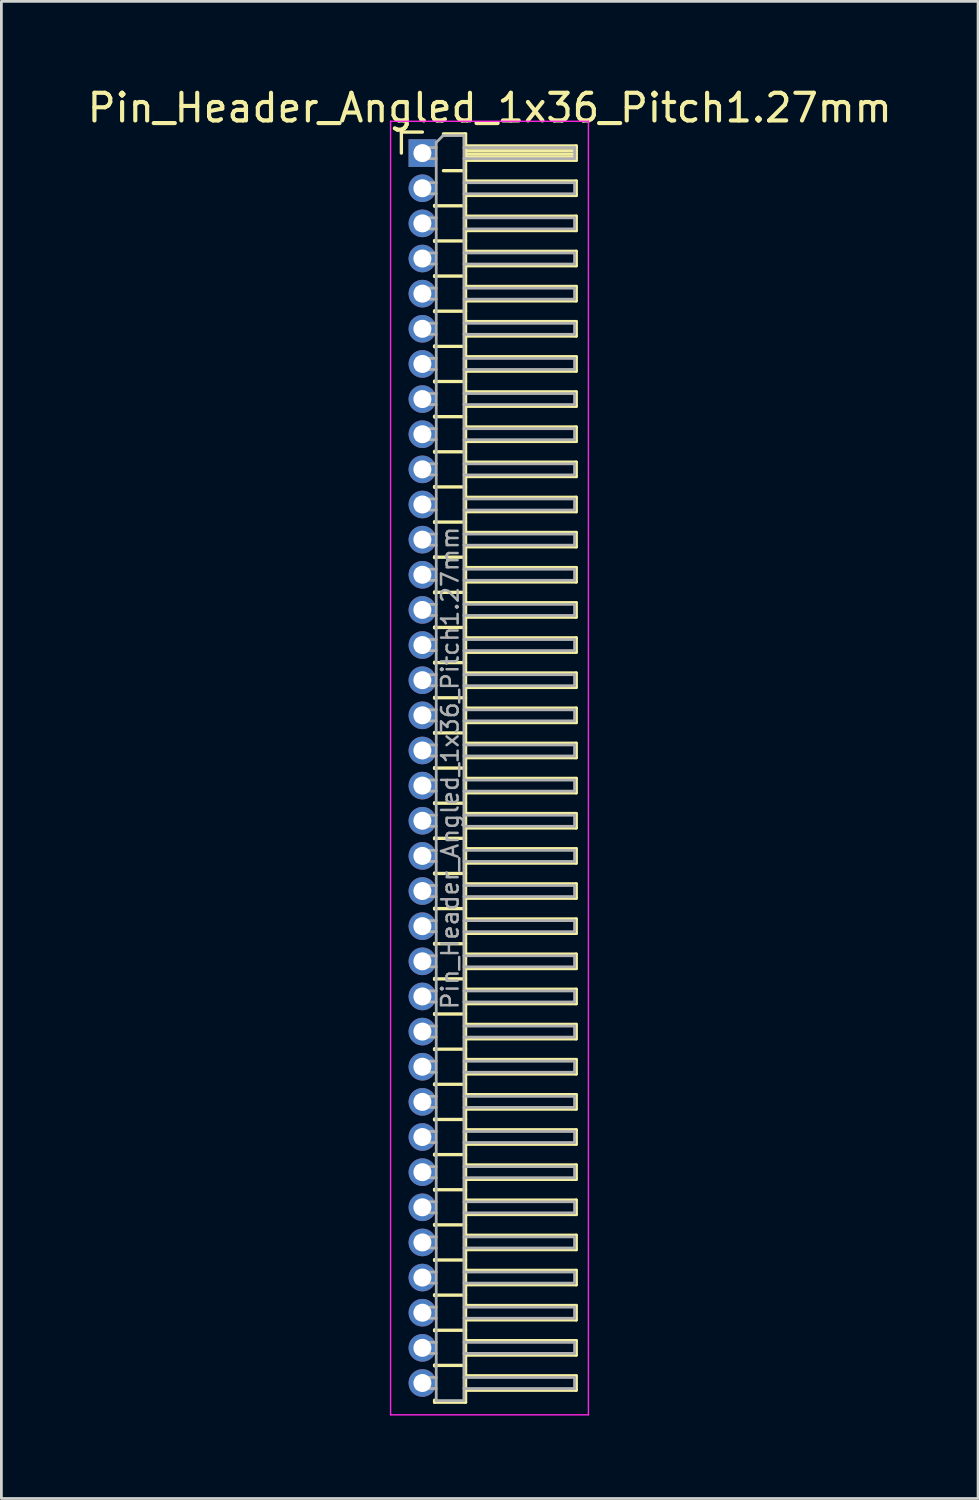
<source format=kicad_pcb>
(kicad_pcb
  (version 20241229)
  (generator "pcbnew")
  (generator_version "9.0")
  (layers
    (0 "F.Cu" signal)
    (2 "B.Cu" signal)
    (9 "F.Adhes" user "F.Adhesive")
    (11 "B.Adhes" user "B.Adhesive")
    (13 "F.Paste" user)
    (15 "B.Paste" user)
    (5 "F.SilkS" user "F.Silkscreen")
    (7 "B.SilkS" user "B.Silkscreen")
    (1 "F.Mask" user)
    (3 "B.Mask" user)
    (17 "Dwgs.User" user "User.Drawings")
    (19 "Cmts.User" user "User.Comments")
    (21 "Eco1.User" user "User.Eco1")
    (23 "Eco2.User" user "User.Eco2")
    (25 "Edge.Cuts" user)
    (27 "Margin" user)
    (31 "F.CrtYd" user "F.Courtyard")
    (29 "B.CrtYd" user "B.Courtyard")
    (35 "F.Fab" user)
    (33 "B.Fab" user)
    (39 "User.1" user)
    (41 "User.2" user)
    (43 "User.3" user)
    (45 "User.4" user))
  (footprint "Pin_Header_Angled_1x36_Pitch1.27mm"
    (layer "F.Cu")
    (at 12.216 2.483)
    (property "Reference" "Pin_Header_Angled_1x36_Pitch1.27mm" (at 2.433 -1.635 0) (layer "F.SilkS") (effects (font (size 1 1) (thickness 0.15))))
    (attr through_hole)
    (fp_line (start -0.76 -0.76) (end 0 -0.76) (stroke (width 0.12) (type solid)) (layer "F.SilkS"))
    (fp_line (start -0.76 0) (end -0.76 -0.76) (stroke (width 0.12) (type solid)) (layer "F.SilkS"))
    (fp_line (start 0.44 1.89) (end 0.44 1.92) (stroke (width 0.12) (type solid)) (layer "F.SilkS"))
    (fp_line (start 0.44 1.905) (end 1.56 1.905) (stroke (width 0.12) (type solid)) (layer "F.SilkS"))
    (fp_line (start 0.44 3.16) (end 0.44 3.19) (stroke (width 0.12) (type solid)) (layer "F.SilkS"))
    (fp_line (start 0.44 3.175) (end 1.56 3.175) (stroke (width 0.12) (type solid)) (layer "F.SilkS"))
    (fp_line (start 0.44 4.43) (end 0.44 4.46) (stroke (width 0.12) (type solid)) (layer "F.SilkS"))
    (fp_line (start 0.44 4.445) (end 1.56 4.445) (stroke (width 0.12) (type solid)) (layer "F.SilkS"))
    (fp_line (start 0.44 5.7) (end 0.44 5.73) (stroke (width 0.12) (type solid)) (layer "F.SilkS"))
    (fp_line (start 0.44 5.715) (end 1.56 5.715) (stroke (width 0.12) (type solid)) (layer "F.SilkS"))
    (fp_line (start 0.44 6.97) (end 0.44 7) (stroke (width 0.12) (type solid)) (layer "F.SilkS"))
    (fp_line (start 0.44 6.985) (end 1.56 6.985) (stroke (width 0.12) (type solid)) (layer "F.SilkS"))
    (fp_line (start 0.44 8.24) (end 0.44 8.27) (stroke (width 0.12) (type solid)) (layer "F.SilkS"))
    (fp_line (start 0.44 8.255) (end 1.56 8.255) (stroke (width 0.12) (type solid)) (layer "F.SilkS"))
    (fp_line (start 0.44 9.51) (end 0.44 9.54) (stroke (width 0.12) (type solid)) (layer "F.SilkS"))
    (fp_line (start 0.44 9.525) (end 1.56 9.525) (stroke (width 0.12) (type solid)) (layer "F.SilkS"))
    (fp_line (start 0.44 10.78) (end 0.44 10.81) (stroke (width 0.12) (type solid)) (layer "F.SilkS"))
    (fp_line (start 0.44 10.795) (end 1.56 10.795) (stroke (width 0.12) (type solid)) (layer "F.SilkS"))
    (fp_line (start 0.44 12.05) (end 0.44 12.08) (stroke (width 0.12) (type solid)) (layer "F.SilkS"))
    (fp_line (start 0.44 12.065) (end 1.56 12.065) (stroke (width 0.12) (type solid)) (layer "F.SilkS"))
    (fp_line (start 0.44 13.32) (end 0.44 13.35) (stroke (width 0.12) (type solid)) (layer "F.SilkS"))
    (fp_line (start 0.44 13.335) (end 1.56 13.335) (stroke (width 0.12) (type solid)) (layer "F.SilkS"))
    (fp_line (start 0.44 14.59) (end 0.44 14.62) (stroke (width 0.12) (type solid)) (layer "F.SilkS"))
    (fp_line (start 0.44 14.605) (end 1.56 14.605) (stroke (width 0.12) (type solid)) (layer "F.SilkS"))
    (fp_line (start 0.44 15.86) (end 0.44 15.89) (stroke (width 0.12) (type solid)) (layer "F.SilkS"))
    (fp_line (start 0.44 15.875) (end 1.56 15.875) (stroke (width 0.12) (type solid)) (layer "F.SilkS"))
    (fp_line (start 0.44 17.13) (end 0.44 17.16) (stroke (width 0.12) (type solid)) (layer "F.SilkS"))
    (fp_line (start 0.44 17.145) (end 1.56 17.145) (stroke (width 0.12) (type solid)) (layer "F.SilkS"))
    (fp_line (start 0.44 18.4) (end 0.44 18.43) (stroke (width 0.12) (type solid)) (layer "F.SilkS"))
    (fp_line (start 0.44 18.415) (end 1.56 18.415) (stroke (width 0.12) (type solid)) (layer "F.SilkS"))
    (fp_line (start 0.44 19.67) (end 0.44 19.7) (stroke (width 0.12) (type solid)) (layer "F.SilkS"))
    (fp_line (start 0.44 19.685) (end 1.56 19.685) (stroke (width 0.12) (type solid)) (layer "F.SilkS"))
    (fp_line (start 0.44 20.94) (end 0.44 20.97) (stroke (width 0.12) (type solid)) (layer "F.SilkS"))
    (fp_line (start 0.44 20.955) (end 1.56 20.955) (stroke (width 0.12) (type solid)) (layer "F.SilkS"))
    (fp_line (start 0.44 22.21) (end 0.44 22.24) (stroke (width 0.12) (type solid)) (layer "F.SilkS"))
    (fp_line (start 0.44 22.225) (end 1.56 22.225) (stroke (width 0.12) (type solid)) (layer "F.SilkS"))
    (fp_line (start 0.44 23.48) (end 0.44 23.51) (stroke (width 0.12) (type solid)) (layer "F.SilkS"))
    (fp_line (start 0.44 23.495) (end 1.56 23.495) (stroke (width 0.12) (type solid)) (layer "F.SilkS"))
    (fp_line (start 0.44 24.75) (end 0.44 24.78) (stroke (width 0.12) (type solid)) (layer "F.SilkS"))
    (fp_line (start 0.44 24.765) (end 1.56 24.765) (stroke (width 0.12) (type solid)) (layer "F.SilkS"))
    (fp_line (start 0.44 26.02) (end 0.44 26.05) (stroke (width 0.12) (type solid)) (layer "F.SilkS"))
    (fp_line (start 0.44 26.035) (end 1.56 26.035) (stroke (width 0.12) (type solid)) (layer "F.SilkS"))
    (fp_line (start 0.44 27.29) (end 0.44 27.32) (stroke (width 0.12) (type solid)) (layer "F.SilkS"))
    (fp_line (start 0.44 27.305) (end 1.56 27.305) (stroke (width 0.12) (type solid)) (layer "F.SilkS"))
    (fp_line (start 0.44 28.56) (end 0.44 28.59) (stroke (width 0.12) (type solid)) (layer "F.SilkS"))
    (fp_line (start 0.44 28.575) (end 1.56 28.575) (stroke (width 0.12) (type solid)) (layer "F.SilkS"))
    (fp_line (start 0.44 29.83) (end 0.44 29.86) (stroke (width 0.12) (type solid)) (layer "F.SilkS"))
    (fp_line (start 0.44 29.845) (end 1.56 29.845) (stroke (width 0.12) (type solid)) (layer "F.SilkS"))
    (fp_line (start 0.44 31.1) (end 0.44 31.13) (stroke (width 0.12) (type solid)) (layer "F.SilkS"))
    (fp_line (start 0.44 31.115) (end 1.56 31.115) (stroke (width 0.12) (type solid)) (layer "F.SilkS"))
    (fp_line (start 0.44 32.37) (end 0.44 32.4) (stroke (width 0.12) (type solid)) (layer "F.SilkS"))
    (fp_line (start 0.44 32.385) (end 1.56 32.385) (stroke (width 0.12) (type solid)) (layer "F.SilkS"))
    (fp_line (start 0.44 33.64) (end 0.44 33.67) (stroke (width 0.12) (type solid)) (layer "F.SilkS"))
    (fp_line (start 0.44 33.655) (end 1.56 33.655) (stroke (width 0.12) (type solid)) (layer "F.SilkS"))
    (fp_line (start 0.44 34.91) (end 0.44 34.94) (stroke (width 0.12) (type solid)) (layer "F.SilkS"))
    (fp_line (start 0.44 34.925) (end 1.56 34.925) (stroke (width 0.12) (type solid)) (layer "F.SilkS"))
    (fp_line (start 0.44 36.18) (end 0.44 36.21) (stroke (width 0.12) (type solid)) (layer "F.SilkS"))
    (fp_line (start 0.44 36.195) (end 1.56 36.195) (stroke (width 0.12) (type solid)) (layer "F.SilkS"))
    (fp_line (start 0.44 37.45) (end 0.44 37.48) (stroke (width 0.12) (type solid)) (layer "F.SilkS"))
    (fp_line (start 0.44 37.465) (end 1.56 37.465) (stroke (width 0.12) (type solid)) (layer "F.SilkS"))
    (fp_line (start 0.44 38.72) (end 0.44 38.75) (stroke (width 0.12) (type solid)) (layer "F.SilkS"))
    (fp_line (start 0.44 38.735) (end 1.56 38.735) (stroke (width 0.12) (type solid)) (layer "F.SilkS"))
    (fp_line (start 0.44 39.99) (end 0.44 40.02) (stroke (width 0.12) (type solid)) (layer "F.SilkS"))
    (fp_line (start 0.44 40.005) (end 1.56 40.005) (stroke (width 0.12) (type solid)) (layer "F.SilkS"))
    (fp_line (start 0.44 41.26) (end 0.44 41.29) (stroke (width 0.12) (type solid)) (layer "F.SilkS"))
    (fp_line (start 0.44 41.275) (end 1.56 41.275) (stroke (width 0.12) (type solid)) (layer "F.SilkS"))
    (fp_line (start 0.44 42.53) (end 0.44 42.56) (stroke (width 0.12) (type solid)) (layer "F.SilkS"))
    (fp_line (start 0.44 42.545) (end 1.56 42.545) (stroke (width 0.12) (type solid)) (layer "F.SilkS"))
    (fp_line (start 0.44 43.8) (end 0.44 43.83) (stroke (width 0.12) (type solid)) (layer "F.SilkS"))
    (fp_line (start 0.44 43.815) (end 1.56 43.815) (stroke (width 0.12) (type solid)) (layer "F.SilkS"))
    (fp_line (start 0.44 45.145) (end 0.44 45.07) (stroke (width 0.12) (type solid)) (layer "F.SilkS"))
    (fp_line (start 0.76 -0.695) (end 1.56 -0.695) (stroke (width 0.12) (type solid)) (layer "F.SilkS"))
    (fp_line (start 0.76 0.635) (end 1.56 0.635) (stroke (width 0.12) (type solid)) (layer "F.SilkS"))
    (fp_line (start 1.56 -0.695) (end 1.56 45.145) (stroke (width 0.12) (type solid)) (layer "F.SilkS"))
    (fp_line (start 1.56 -0.26) (end 5.56 -0.26) (stroke (width 0.12) (type solid)) (layer "F.SilkS"))
    (fp_line (start 1.56 -0.2) (end 5.56 -0.2) (stroke (width 0.12) (type solid)) (layer "F.SilkS"))
    (fp_line (start 1.56 -0.08) (end 5.56 -0.08) (stroke (width 0.12) (type solid)) (layer "F.SilkS"))
    (fp_line (start 1.56 0.04) (end 5.56 0.04) (stroke (width 0.12) (type solid)) (layer "F.SilkS"))
    (fp_line (start 1.56 0.16) (end 5.56 0.16) (stroke (width 0.12) (type solid)) (layer "F.SilkS"))
    (fp_line (start 1.56 1.01) (end 5.56 1.01) (stroke (width 0.12) (type solid)) (layer "F.SilkS"))
    (fp_line (start 1.56 2.28) (end 5.56 2.28) (stroke (width 0.12) (type solid)) (layer "F.SilkS"))
    (fp_line (start 1.56 3.55) (end 5.56 3.55) (stroke (width 0.12) (type solid)) (layer "F.SilkS"))
    (fp_line (start 1.56 4.82) (end 5.56 4.82) (stroke (width 0.12) (type solid)) (layer "F.SilkS"))
    (fp_line (start 1.56 6.09) (end 5.56 6.09) (stroke (width 0.12) (type solid)) (layer "F.SilkS"))
    (fp_line (start 1.56 7.36) (end 5.56 7.36) (stroke (width 0.12) (type solid)) (layer "F.SilkS"))
    (fp_line (start 1.56 8.63) (end 5.56 8.63) (stroke (width 0.12) (type solid)) (layer "F.SilkS"))
    (fp_line (start 1.56 9.9) (end 5.56 9.9) (stroke (width 0.12) (type solid)) (layer "F.SilkS"))
    (fp_line (start 1.56 11.17) (end 5.56 11.17) (stroke (width 0.12) (type solid)) (layer "F.SilkS"))
    (fp_line (start 1.56 12.44) (end 5.56 12.44) (stroke (width 0.12) (type solid)) (layer "F.SilkS"))
    (fp_line (start 1.56 13.71) (end 5.56 13.71) (stroke (width 0.12) (type solid)) (layer "F.SilkS"))
    (fp_line (start 1.56 14.98) (end 5.56 14.98) (stroke (width 0.12) (type solid)) (layer "F.SilkS"))
    (fp_line (start 1.56 16.25) (end 5.56 16.25) (stroke (width 0.12) (type solid)) (layer "F.SilkS"))
    (fp_line (start 1.56 17.52) (end 5.56 17.52) (stroke (width 0.12) (type solid)) (layer "F.SilkS"))
    (fp_line (start 1.56 18.79) (end 5.56 18.79) (stroke (width 0.12) (type solid)) (layer "F.SilkS"))
    (fp_line (start 1.56 20.06) (end 5.56 20.06) (stroke (width 0.12) (type solid)) (layer "F.SilkS"))
    (fp_line (start 1.56 21.33) (end 5.56 21.33) (stroke (width 0.12) (type solid)) (layer "F.SilkS"))
    (fp_line (start 1.56 22.6) (end 5.56 22.6) (stroke (width 0.12) (type solid)) (layer "F.SilkS"))
    (fp_line (start 1.56 23.87) (end 5.56 23.87) (stroke (width 0.12) (type solid)) (layer "F.SilkS"))
    (fp_line (start 1.56 25.14) (end 5.56 25.14) (stroke (width 0.12) (type solid)) (layer "F.SilkS"))
    (fp_line (start 1.56 26.41) (end 5.56 26.41) (stroke (width 0.12) (type solid)) (layer "F.SilkS"))
    (fp_line (start 1.56 27.68) (end 5.56 27.68) (stroke (width 0.12) (type solid)) (layer "F.SilkS"))
    (fp_line (start 1.56 28.95) (end 5.56 28.95) (stroke (width 0.12) (type solid)) (layer "F.SilkS"))
    (fp_line (start 1.56 30.22) (end 5.56 30.22) (stroke (width 0.12) (type solid)) (layer "F.SilkS"))
    (fp_line (start 1.56 31.49) (end 5.56 31.49) (stroke (width 0.12) (type solid)) (layer "F.SilkS"))
    (fp_line (start 1.56 32.76) (end 5.56 32.76) (stroke (width 0.12) (type solid)) (layer "F.SilkS"))
    (fp_line (start 1.56 34.03) (end 5.56 34.03) (stroke (width 0.12) (type solid)) (layer "F.SilkS"))
    (fp_line (start 1.56 35.3) (end 5.56 35.3) (stroke (width 0.12) (type solid)) (layer "F.SilkS"))
    (fp_line (start 1.56 36.57) (end 5.56 36.57) (stroke (width 0.12) (type solid)) (layer "F.SilkS"))
    (fp_line (start 1.56 37.84) (end 5.56 37.84) (stroke (width 0.12) (type solid)) (layer "F.SilkS"))
    (fp_line (start 1.56 39.11) (end 5.56 39.11) (stroke (width 0.12) (type solid)) (layer "F.SilkS"))
    (fp_line (start 1.56 40.38) (end 5.56 40.38) (stroke (width 0.12) (type solid)) (layer "F.SilkS"))
    (fp_line (start 1.56 41.65) (end 5.56 41.65) (stroke (width 0.12) (type solid)) (layer "F.SilkS"))
    (fp_line (start 1.56 42.92) (end 5.56 42.92) (stroke (width 0.12) (type solid)) (layer "F.SilkS"))
    (fp_line (start 1.56 44.19) (end 5.56 44.19) (stroke (width 0.12) (type solid)) (layer "F.SilkS"))
    (fp_line (start 1.56 45.145) (end 0.44 45.145) (stroke (width 0.12) (type solid)) (layer "F.SilkS"))
    (fp_line (start 5.56 -0.26) (end 5.56 0.26) (stroke (width 0.12) (type solid)) (layer "F.SilkS"))
    (fp_line (start 5.56 0.26) (end 1.56 0.26) (stroke (width 0.12) (type solid)) (layer "F.SilkS"))
    (fp_line (start 5.56 1.01) (end 5.56 1.53) (stroke (width 0.12) (type solid)) (layer "F.SilkS"))
    (fp_line (start 5.56 1.53) (end 1.56 1.53) (stroke (width 0.12) (type solid)) (layer "F.SilkS"))
    (fp_line (start 5.56 2.28) (end 5.56 2.8) (stroke (width 0.12) (type solid)) (layer "F.SilkS"))
    (fp_line (start 5.56 2.8) (end 1.56 2.8) (stroke (width 0.12) (type solid)) (layer "F.SilkS"))
    (fp_line (start 5.56 3.55) (end 5.56 4.07) (stroke (width 0.12) (type solid)) (layer "F.SilkS"))
    (fp_line (start 5.56 4.07) (end 1.56 4.07) (stroke (width 0.12) (type solid)) (layer "F.SilkS"))
    (fp_line (start 5.56 4.82) (end 5.56 5.34) (stroke (width 0.12) (type solid)) (layer "F.SilkS"))
    (fp_line (start 5.56 5.34) (end 1.56 5.34) (stroke (width 0.12) (type solid)) (layer "F.SilkS"))
    (fp_line (start 5.56 6.09) (end 5.56 6.61) (stroke (width 0.12) (type solid)) (layer "F.SilkS"))
    (fp_line (start 5.56 6.61) (end 1.56 6.61) (stroke (width 0.12) (type solid)) (layer "F.SilkS"))
    (fp_line (start 5.56 7.36) (end 5.56 7.88) (stroke (width 0.12) (type solid)) (layer "F.SilkS"))
    (fp_line (start 5.56 7.88) (end 1.56 7.88) (stroke (width 0.12) (type solid)) (layer "F.SilkS"))
    (fp_line (start 5.56 8.63) (end 5.56 9.15) (stroke (width 0.12) (type solid)) (layer "F.SilkS"))
    (fp_line (start 5.56 9.15) (end 1.56 9.15) (stroke (width 0.12) (type solid)) (layer "F.SilkS"))
    (fp_line (start 5.56 9.9) (end 5.56 10.42) (stroke (width 0.12) (type solid)) (layer "F.SilkS"))
    (fp_line (start 5.56 10.42) (end 1.56 10.42) (stroke (width 0.12) (type solid)) (layer "F.SilkS"))
    (fp_line (start 5.56 11.17) (end 5.56 11.69) (stroke (width 0.12) (type solid)) (layer "F.SilkS"))
    (fp_line (start 5.56 11.69) (end 1.56 11.69) (stroke (width 0.12) (type solid)) (layer "F.SilkS"))
    (fp_line (start 5.56 12.44) (end 5.56 12.96) (stroke (width 0.12) (type solid)) (layer "F.SilkS"))
    (fp_line (start 5.56 12.96) (end 1.56 12.96) (stroke (width 0.12) (type solid)) (layer "F.SilkS"))
    (fp_line (start 5.56 13.71) (end 5.56 14.23) (stroke (width 0.12) (type solid)) (layer "F.SilkS"))
    (fp_line (start 5.56 14.23) (end 1.56 14.23) (stroke (width 0.12) (type solid)) (layer "F.SilkS"))
    (fp_line (start 5.56 14.98) (end 5.56 15.5) (stroke (width 0.12) (type solid)) (layer "F.SilkS"))
    (fp_line (start 5.56 15.5) (end 1.56 15.5) (stroke (width 0.12) (type solid)) (layer "F.SilkS"))
    (fp_line (start 5.56 16.25) (end 5.56 16.77) (stroke (width 0.12) (type solid)) (layer "F.SilkS"))
    (fp_line (start 5.56 16.77) (end 1.56 16.77) (stroke (width 0.12) (type solid)) (layer "F.SilkS"))
    (fp_line (start 5.56 17.52) (end 5.56 18.04) (stroke (width 0.12) (type solid)) (layer "F.SilkS"))
    (fp_line (start 5.56 18.04) (end 1.56 18.04) (stroke (width 0.12) (type solid)) (layer "F.SilkS"))
    (fp_line (start 5.56 18.79) (end 5.56 19.31) (stroke (width 0.12) (type solid)) (layer "F.SilkS"))
    (fp_line (start 5.56 19.31) (end 1.56 19.31) (stroke (width 0.12) (type solid)) (layer "F.SilkS"))
    (fp_line (start 5.56 20.06) (end 5.56 20.58) (stroke (width 0.12) (type solid)) (layer "F.SilkS"))
    (fp_line (start 5.56 20.58) (end 1.56 20.58) (stroke (width 0.12) (type solid)) (layer "F.SilkS"))
    (fp_line (start 5.56 21.33) (end 5.56 21.85) (stroke (width 0.12) (type solid)) (layer "F.SilkS"))
    (fp_line (start 5.56 21.85) (end 1.56 21.85) (stroke (width 0.12) (type solid)) (layer "F.SilkS"))
    (fp_line (start 5.56 22.6) (end 5.56 23.12) (stroke (width 0.12) (type solid)) (layer "F.SilkS"))
    (fp_line (start 5.56 23.12) (end 1.56 23.12) (stroke (width 0.12) (type solid)) (layer "F.SilkS"))
    (fp_line (start 5.56 23.87) (end 5.56 24.39) (stroke (width 0.12) (type solid)) (layer "F.SilkS"))
    (fp_line (start 5.56 24.39) (end 1.56 24.39) (stroke (width 0.12) (type solid)) (layer "F.SilkS"))
    (fp_line (start 5.56 25.14) (end 5.56 25.66) (stroke (width 0.12) (type solid)) (layer "F.SilkS"))
    (fp_line (start 5.56 25.66) (end 1.56 25.66) (stroke (width 0.12) (type solid)) (layer "F.SilkS"))
    (fp_line (start 5.56 26.41) (end 5.56 26.93) (stroke (width 0.12) (type solid)) (layer "F.SilkS"))
    (fp_line (start 5.56 26.93) (end 1.56 26.93) (stroke (width 0.12) (type solid)) (layer "F.SilkS"))
    (fp_line (start 5.56 27.68) (end 5.56 28.2) (stroke (width 0.12) (type solid)) (layer "F.SilkS"))
    (fp_line (start 5.56 28.2) (end 1.56 28.2) (stroke (width 0.12) (type solid)) (layer "F.SilkS"))
    (fp_line (start 5.56 28.95) (end 5.56 29.47) (stroke (width 0.12) (type solid)) (layer "F.SilkS"))
    (fp_line (start 5.56 29.47) (end 1.56 29.47) (stroke (width 0.12) (type solid)) (layer "F.SilkS"))
    (fp_line (start 5.56 30.22) (end 5.56 30.74) (stroke (width 0.12) (type solid)) (layer "F.SilkS"))
    (fp_line (start 5.56 30.74) (end 1.56 30.74) (stroke (width 0.12) (type solid)) (layer "F.SilkS"))
    (fp_line (start 5.56 31.49) (end 5.56 32.01) (stroke (width 0.12) (type solid)) (layer "F.SilkS"))
    (fp_line (start 5.56 32.01) (end 1.56 32.01) (stroke (width 0.12) (type solid)) (layer "F.SilkS"))
    (fp_line (start 5.56 32.76) (end 5.56 33.28) (stroke (width 0.12) (type solid)) (layer "F.SilkS"))
    (fp_line (start 5.56 33.28) (end 1.56 33.28) (stroke (width 0.12) (type solid)) (layer "F.SilkS"))
    (fp_line (start 5.56 34.03) (end 5.56 34.55) (stroke (width 0.12) (type solid)) (layer "F.SilkS"))
    (fp_line (start 5.56 34.55) (end 1.56 34.55) (stroke (width 0.12) (type solid)) (layer "F.SilkS"))
    (fp_line (start 5.56 35.3) (end 5.56 35.82) (stroke (width 0.12) (type solid)) (layer "F.SilkS"))
    (fp_line (start 5.56 35.82) (end 1.56 35.82) (stroke (width 0.12) (type solid)) (layer "F.SilkS"))
    (fp_line (start 5.56 36.57) (end 5.56 37.09) (stroke (width 0.12) (type solid)) (layer "F.SilkS"))
    (fp_line (start 5.56 37.09) (end 1.56 37.09) (stroke (width 0.12) (type solid)) (layer "F.SilkS"))
    (fp_line (start 5.56 37.84) (end 5.56 38.36) (stroke (width 0.12) (type solid)) (layer "F.SilkS"))
    (fp_line (start 5.56 38.36) (end 1.56 38.36) (stroke (width 0.12) (type solid)) (layer "F.SilkS"))
    (fp_line (start 5.56 39.11) (end 5.56 39.63) (stroke (width 0.12) (type solid)) (layer "F.SilkS"))
    (fp_line (start 5.56 39.63) (end 1.56 39.63) (stroke (width 0.12) (type solid)) (layer "F.SilkS"))
    (fp_line (start 5.56 40.38) (end 5.56 40.9) (stroke (width 0.12) (type solid)) (layer "F.SilkS"))
    (fp_line (start 5.56 40.9) (end 1.56 40.9) (stroke (width 0.12) (type solid)) (layer "F.SilkS"))
    (fp_line (start 5.56 41.65) (end 5.56 42.17) (stroke (width 0.12) (type solid)) (layer "F.SilkS"))
    (fp_line (start 5.56 42.17) (end 1.56 42.17) (stroke (width 0.12) (type solid)) (layer "F.SilkS"))
    (fp_line (start 5.56 42.92) (end 5.56 43.44) (stroke (width 0.12) (type solid)) (layer "F.SilkS"))
    (fp_line (start 5.56 43.44) (end 1.56 43.44) (stroke (width 0.12) (type solid)) (layer "F.SilkS"))
    (fp_line (start 5.56 44.19) (end 5.56 44.71) (stroke (width 0.12) (type solid)) (layer "F.SilkS"))
    (fp_line (start 5.56 44.71) (end 1.56 44.71) (stroke (width 0.12) (type solid)) (layer "F.SilkS"))
    (fp_line (start -1.15 -1.15) (end -1.15 45.6) (stroke (width 0.05) (type solid)) (layer "F.CrtYd"))
    (fp_line (start -1.15 45.6) (end 6 45.6) (stroke (width 0.05) (type solid)) (layer "F.CrtYd"))
    (fp_line (start 6 -1.15) (end -1.15 -1.15) (stroke (width 0.05) (type solid)) (layer "F.CrtYd"))
    (fp_line (start 6 45.6) (end 6 -1.15) (stroke (width 0.05) (type solid)) (layer "F.CrtYd"))
    (fp_line (start -0.2 -0.2) (end -0.2 0.2) (stroke (width 0.1) (type solid)) (layer "F.Fab"))
    (fp_line (start -0.2 -0.2) (end 0.5 -0.2) (stroke (width 0.1) (type solid)) (layer "F.Fab"))
    (fp_line (start -0.2 0.2) (end 0.5 0.2) (stroke (width 0.1) (type solid)) (layer "F.Fab"))
    (fp_line (start -0.2 1.07) (end -0.2 1.47) (stroke (width 0.1) (type solid)) (layer "F.Fab"))
    (fp_line (start -0.2 1.07) (end 0.5 1.07) (stroke (width 0.1) (type solid)) (layer "F.Fab"))
    (fp_line (start -0.2 1.47) (end 0.5 1.47) (stroke (width 0.1) (type solid)) (layer "F.Fab"))
    (fp_line (start -0.2 2.34) (end -0.2 2.74) (stroke (width 0.1) (type solid)) (layer "F.Fab"))
    (fp_line (start -0.2 2.34) (end 0.5 2.34) (stroke (width 0.1) (type solid)) (layer "F.Fab"))
    (fp_line (start -0.2 2.74) (end 0.5 2.74) (stroke (width 0.1) (type solid)) (layer "F.Fab"))
    (fp_line (start -0.2 3.61) (end -0.2 4.01) (stroke (width 0.1) (type solid)) (layer "F.Fab"))
    (fp_line (start -0.2 3.61) (end 0.5 3.61) (stroke (width 0.1) (type solid)) (layer "F.Fab"))
    (fp_line (start -0.2 4.01) (end 0.5 4.01) (stroke (width 0.1) (type solid)) (layer "F.Fab"))
    (fp_line (start -0.2 4.88) (end -0.2 5.28) (stroke (width 0.1) (type solid)) (layer "F.Fab"))
    (fp_line (start -0.2 4.88) (end 0.5 4.88) (stroke (width 0.1) (type solid)) (layer "F.Fab"))
    (fp_line (start -0.2 5.28) (end 0.5 5.28) (stroke (width 0.1) (type solid)) (layer "F.Fab"))
    (fp_line (start -0.2 6.15) (end -0.2 6.55) (stroke (width 0.1) (type solid)) (layer "F.Fab"))
    (fp_line (start -0.2 6.15) (end 0.5 6.15) (stroke (width 0.1) (type solid)) (layer "F.Fab"))
    (fp_line (start -0.2 6.55) (end 0.5 6.55) (stroke (width 0.1) (type solid)) (layer "F.Fab"))
    (fp_line (start -0.2 7.42) (end -0.2 7.82) (stroke (width 0.1) (type solid)) (layer "F.Fab"))
    (fp_line (start -0.2 7.42) (end 0.5 7.42) (stroke (width 0.1) (type solid)) (layer "F.Fab"))
    (fp_line (start -0.2 7.82) (end 0.5 7.82) (stroke (width 0.1) (type solid)) (layer "F.Fab"))
    (fp_line (start -0.2 8.69) (end -0.2 9.09) (stroke (width 0.1) (type solid)) (layer "F.Fab"))
    (fp_line (start -0.2 8.69) (end 0.5 8.69) (stroke (width 0.1) (type solid)) (layer "F.Fab"))
    (fp_line (start -0.2 9.09) (end 0.5 9.09) (stroke (width 0.1) (type solid)) (layer "F.Fab"))
    (fp_line (start -0.2 9.96) (end -0.2 10.36) (stroke (width 0.1) (type solid)) (layer "F.Fab"))
    (fp_line (start -0.2 9.96) (end 0.5 9.96) (stroke (width 0.1) (type solid)) (layer "F.Fab"))
    (fp_line (start -0.2 10.36) (end 0.5 10.36) (stroke (width 0.1) (type solid)) (layer "F.Fab"))
    (fp_line (start -0.2 11.23) (end -0.2 11.63) (stroke (width 0.1) (type solid)) (layer "F.Fab"))
    (fp_line (start -0.2 11.23) (end 0.5 11.23) (stroke (width 0.1) (type solid)) (layer "F.Fab"))
    (fp_line (start -0.2 11.63) (end 0.5 11.63) (stroke (width 0.1) (type solid)) (layer "F.Fab"))
    (fp_line (start -0.2 12.5) (end -0.2 12.9) (stroke (width 0.1) (type solid)) (layer "F.Fab"))
    (fp_line (start -0.2 12.5) (end 0.5 12.5) (stroke (width 0.1) (type solid)) (layer "F.Fab"))
    (fp_line (start -0.2 12.9) (end 0.5 12.9) (stroke (width 0.1) (type solid)) (layer "F.Fab"))
    (fp_line (start -0.2 13.77) (end -0.2 14.17) (stroke (width 0.1) (type solid)) (layer "F.Fab"))
    (fp_line (start -0.2 13.77) (end 0.5 13.77) (stroke (width 0.1) (type solid)) (layer "F.Fab"))
    (fp_line (start -0.2 14.17) (end 0.5 14.17) (stroke (width 0.1) (type solid)) (layer "F.Fab"))
    (fp_line (start -0.2 15.04) (end -0.2 15.44) (stroke (width 0.1) (type solid)) (layer "F.Fab"))
    (fp_line (start -0.2 15.04) (end 0.5 15.04) (stroke (width 0.1) (type solid)) (layer "F.Fab"))
    (fp_line (start -0.2 15.44) (end 0.5 15.44) (stroke (width 0.1) (type solid)) (layer "F.Fab"))
    (fp_line (start -0.2 16.31) (end -0.2 16.71) (stroke (width 0.1) (type solid)) (layer "F.Fab"))
    (fp_line (start -0.2 16.31) (end 0.5 16.31) (stroke (width 0.1) (type solid)) (layer "F.Fab"))
    (fp_line (start -0.2 16.71) (end 0.5 16.71) (stroke (width 0.1) (type solid)) (layer "F.Fab"))
    (fp_line (start -0.2 17.58) (end -0.2 17.98) (stroke (width 0.1) (type solid)) (layer "F.Fab"))
    (fp_line (start -0.2 17.58) (end 0.5 17.58) (stroke (width 0.1) (type solid)) (layer "F.Fab"))
    (fp_line (start -0.2 17.98) (end 0.5 17.98) (stroke (width 0.1) (type solid)) (layer "F.Fab"))
    (fp_line (start -0.2 18.85) (end -0.2 19.25) (stroke (width 0.1) (type solid)) (layer "F.Fab"))
    (fp_line (start -0.2 18.85) (end 0.5 18.85) (stroke (width 0.1) (type solid)) (layer "F.Fab"))
    (fp_line (start -0.2 19.25) (end 0.5 19.25) (stroke (width 0.1) (type solid)) (layer "F.Fab"))
    (fp_line (start -0.2 20.12) (end -0.2 20.52) (stroke (width 0.1) (type solid)) (layer "F.Fab"))
    (fp_line (start -0.2 20.12) (end 0.5 20.12) (stroke (width 0.1) (type solid)) (layer "F.Fab"))
    (fp_line (start -0.2 20.52) (end 0.5 20.52) (stroke (width 0.1) (type solid)) (layer "F.Fab"))
    (fp_line (start -0.2 21.39) (end -0.2 21.79) (stroke (width 0.1) (type solid)) (layer "F.Fab"))
    (fp_line (start -0.2 21.39) (end 0.5 21.39) (stroke (width 0.1) (type solid)) (layer "F.Fab"))
    (fp_line (start -0.2 21.79) (end 0.5 21.79) (stroke (width 0.1) (type solid)) (layer "F.Fab"))
    (fp_line (start -0.2 22.66) (end -0.2 23.06) (stroke (width 0.1) (type solid)) (layer "F.Fab"))
    (fp_line (start -0.2 22.66) (end 0.5 22.66) (stroke (width 0.1) (type solid)) (layer "F.Fab"))
    (fp_line (start -0.2 23.06) (end 0.5 23.06) (stroke (width 0.1) (type solid)) (layer "F.Fab"))
    (fp_line (start -0.2 23.93) (end -0.2 24.33) (stroke (width 0.1) (type solid)) (layer "F.Fab"))
    (fp_line (start -0.2 23.93) (end 0.5 23.93) (stroke (width 0.1) (type solid)) (layer "F.Fab"))
    (fp_line (start -0.2 24.33) (end 0.5 24.33) (stroke (width 0.1) (type solid)) (layer "F.Fab"))
    (fp_line (start -0.2 25.2) (end -0.2 25.6) (stroke (width 0.1) (type solid)) (layer "F.Fab"))
    (fp_line (start -0.2 25.2) (end 0.5 25.2) (stroke (width 0.1) (type solid)) (layer "F.Fab"))
    (fp_line (start -0.2 25.6) (end 0.5 25.6) (stroke (width 0.1) (type solid)) (layer "F.Fab"))
    (fp_line (start -0.2 26.47) (end -0.2 26.87) (stroke (width 0.1) (type solid)) (layer "F.Fab"))
    (fp_line (start -0.2 26.47) (end 0.5 26.47) (stroke (width 0.1) (type solid)) (layer "F.Fab"))
    (fp_line (start -0.2 26.87) (end 0.5 26.87) (stroke (width 0.1) (type solid)) (layer "F.Fab"))
    (fp_line (start -0.2 27.74) (end -0.2 28.14) (stroke (width 0.1) (type solid)) (layer "F.Fab"))
    (fp_line (start -0.2 27.74) (end 0.5 27.74) (stroke (width 0.1) (type solid)) (layer "F.Fab"))
    (fp_line (start -0.2 28.14) (end 0.5 28.14) (stroke (width 0.1) (type solid)) (layer "F.Fab"))
    (fp_line (start -0.2 29.01) (end -0.2 29.41) (stroke (width 0.1) (type solid)) (layer "F.Fab"))
    (fp_line (start -0.2 29.01) (end 0.5 29.01) (stroke (width 0.1) (type solid)) (layer "F.Fab"))
    (fp_line (start -0.2 29.41) (end 0.5 29.41) (stroke (width 0.1) (type solid)) (layer "F.Fab"))
    (fp_line (start -0.2 30.28) (end -0.2 30.68) (stroke (width 0.1) (type solid)) (layer "F.Fab"))
    (fp_line (start -0.2 30.28) (end 0.5 30.28) (stroke (width 0.1) (type solid)) (layer "F.Fab"))
    (fp_line (start -0.2 30.68) (end 0.5 30.68) (stroke (width 0.1) (type solid)) (layer "F.Fab"))
    (fp_line (start -0.2 31.55) (end -0.2 31.95) (stroke (width 0.1) (type solid)) (layer "F.Fab"))
    (fp_line (start -0.2 31.55) (end 0.5 31.55) (stroke (width 0.1) (type solid)) (layer "F.Fab"))
    (fp_line (start -0.2 31.95) (end 0.5 31.95) (stroke (width 0.1) (type solid)) (layer "F.Fab"))
    (fp_line (start -0.2 32.82) (end -0.2 33.22) (stroke (width 0.1) (type solid)) (layer "F.Fab"))
    (fp_line (start -0.2 32.82) (end 0.5 32.82) (stroke (width 0.1) (type solid)) (layer "F.Fab"))
    (fp_line (start -0.2 33.22) (end 0.5 33.22) (stroke (width 0.1) (type solid)) (layer "F.Fab"))
    (fp_line (start -0.2 34.09) (end -0.2 34.49) (stroke (width 0.1) (type solid)) (layer "F.Fab"))
    (fp_line (start -0.2 34.09) (end 0.5 34.09) (stroke (width 0.1) (type solid)) (layer "F.Fab"))
    (fp_line (start -0.2 34.49) (end 0.5 34.49) (stroke (width 0.1) (type solid)) (layer "F.Fab"))
    (fp_line (start -0.2 35.36) (end -0.2 35.76) (stroke (width 0.1) (type solid)) (layer "F.Fab"))
    (fp_line (start -0.2 35.36) (end 0.5 35.36) (stroke (width 0.1) (type solid)) (layer "F.Fab"))
    (fp_line (start -0.2 35.76) (end 0.5 35.76) (stroke (width 0.1) (type solid)) (layer "F.Fab"))
    (fp_line (start -0.2 36.63) (end -0.2 37.03) (stroke (width 0.1) (type solid)) (layer "F.Fab"))
    (fp_line (start -0.2 36.63) (end 0.5 36.63) (stroke (width 0.1) (type solid)) (layer "F.Fab"))
    (fp_line (start -0.2 37.03) (end 0.5 37.03) (stroke (width 0.1) (type solid)) (layer "F.Fab"))
    (fp_line (start -0.2 37.9) (end -0.2 38.3) (stroke (width 0.1) (type solid)) (layer "F.Fab"))
    (fp_line (start -0.2 37.9) (end 0.5 37.9) (stroke (width 0.1) (type solid)) (layer "F.Fab"))
    (fp_line (start -0.2 38.3) (end 0.5 38.3) (stroke (width 0.1) (type solid)) (layer "F.Fab"))
    (fp_line (start -0.2 39.17) (end -0.2 39.57) (stroke (width 0.1) (type solid)) (layer "F.Fab"))
    (fp_line (start -0.2 39.17) (end 0.5 39.17) (stroke (width 0.1) (type solid)) (layer "F.Fab"))
    (fp_line (start -0.2 39.57) (end 0.5 39.57) (stroke (width 0.1) (type solid)) (layer "F.Fab"))
    (fp_line (start -0.2 40.44) (end -0.2 40.84) (stroke (width 0.1) (type solid)) (layer "F.Fab"))
    (fp_line (start -0.2 40.44) (end 0.5 40.44) (stroke (width 0.1) (type solid)) (layer "F.Fab"))
    (fp_line (start -0.2 40.84) (end 0.5 40.84) (stroke (width 0.1) (type solid)) (layer "F.Fab"))
    (fp_line (start -0.2 41.71) (end -0.2 42.11) (stroke (width 0.1) (type solid)) (layer "F.Fab"))
    (fp_line (start -0.2 41.71) (end 0.5 41.71) (stroke (width 0.1) (type solid)) (layer "F.Fab"))
    (fp_line (start -0.2 42.11) (end 0.5 42.11) (stroke (width 0.1) (type solid)) (layer "F.Fab"))
    (fp_line (start -0.2 42.98) (end -0.2 43.38) (stroke (width 0.1) (type solid)) (layer "F.Fab"))
    (fp_line (start -0.2 42.98) (end 0.5 42.98) (stroke (width 0.1) (type solid)) (layer "F.Fab"))
    (fp_line (start -0.2 43.38) (end 0.5 43.38) (stroke (width 0.1) (type solid)) (layer "F.Fab"))
    (fp_line (start -0.2 44.25) (end -0.2 44.65) (stroke (width 0.1) (type solid)) (layer "F.Fab"))
    (fp_line (start -0.2 44.25) (end 0.5 44.25) (stroke (width 0.1) (type solid)) (layer "F.Fab"))
    (fp_line (start -0.2 44.65) (end 0.5 44.65) (stroke (width 0.1) (type solid)) (layer "F.Fab"))
    (fp_line (start 0.5 -0.385) (end 0.75 -0.635) (stroke (width 0.1) (type solid)) (layer "F.Fab"))
    (fp_line (start 0.5 45.085) (end 0.5 -0.385) (stroke (width 0.1) (type solid)) (layer "F.Fab"))
    (fp_line (start 0.75 -0.635) (end 1.5 -0.635) (stroke (width 0.1) (type solid)) (layer "F.Fab"))
    (fp_line (start 1.5 -0.635) (end 1.5 45.085) (stroke (width 0.1) (type solid)) (layer "F.Fab"))
    (fp_line (start 1.5 -0.2) (end 5.5 -0.2) (stroke (width 0.1) (type solid)) (layer "F.Fab"))
    (fp_line (start 1.5 0.2) (end 5.5 0.2) (stroke (width 0.1) (type solid)) (layer "F.Fab"))
    (fp_line (start 1.5 1.07) (end 5.5 1.07) (stroke (width 0.1) (type solid)) (layer "F.Fab"))
    (fp_line (start 1.5 1.47) (end 5.5 1.47) (stroke (width 0.1) (type solid)) (layer "F.Fab"))
    (fp_line (start 1.5 2.34) (end 5.5 2.34) (stroke (width 0.1) (type solid)) (layer "F.Fab"))
    (fp_line (start 1.5 2.74) (end 5.5 2.74) (stroke (width 0.1) (type solid)) (layer "F.Fab"))
    (fp_line (start 1.5 3.61) (end 5.5 3.61) (stroke (width 0.1) (type solid)) (layer "F.Fab"))
    (fp_line (start 1.5 4.01) (end 5.5 4.01) (stroke (width 0.1) (type solid)) (layer "F.Fab"))
    (fp_line (start 1.5 4.88) (end 5.5 4.88) (stroke (width 0.1) (type solid)) (layer "F.Fab"))
    (fp_line (start 1.5 5.28) (end 5.5 5.28) (stroke (width 0.1) (type solid)) (layer "F.Fab"))
    (fp_line (start 1.5 6.15) (end 5.5 6.15) (stroke (width 0.1) (type solid)) (layer "F.Fab"))
    (fp_line (start 1.5 6.55) (end 5.5 6.55) (stroke (width 0.1) (type solid)) (layer "F.Fab"))
    (fp_line (start 1.5 7.42) (end 5.5 7.42) (stroke (width 0.1) (type solid)) (layer "F.Fab"))
    (fp_line (start 1.5 7.82) (end 5.5 7.82) (stroke (width 0.1) (type solid)) (layer "F.Fab"))
    (fp_line (start 1.5 8.69) (end 5.5 8.69) (stroke (width 0.1) (type solid)) (layer "F.Fab"))
    (fp_line (start 1.5 9.09) (end 5.5 9.09) (stroke (width 0.1) (type solid)) (layer "F.Fab"))
    (fp_line (start 1.5 9.96) (end 5.5 9.96) (stroke (width 0.1) (type solid)) (layer "F.Fab"))
    (fp_line (start 1.5 10.36) (end 5.5 10.36) (stroke (width 0.1) (type solid)) (layer "F.Fab"))
    (fp_line (start 1.5 11.23) (end 5.5 11.23) (stroke (width 0.1) (type solid)) (layer "F.Fab"))
    (fp_line (start 1.5 11.63) (end 5.5 11.63) (stroke (width 0.1) (type solid)) (layer "F.Fab"))
    (fp_line (start 1.5 12.5) (end 5.5 12.5) (stroke (width 0.1) (type solid)) (layer "F.Fab"))
    (fp_line (start 1.5 12.9) (end 5.5 12.9) (stroke (width 0.1) (type solid)) (layer "F.Fab"))
    (fp_line (start 1.5 13.77) (end 5.5 13.77) (stroke (width 0.1) (type solid)) (layer "F.Fab"))
    (fp_line (start 1.5 14.17) (end 5.5 14.17) (stroke (width 0.1) (type solid)) (layer "F.Fab"))
    (fp_line (start 1.5 15.04) (end 5.5 15.04) (stroke (width 0.1) (type solid)) (layer "F.Fab"))
    (fp_line (start 1.5 15.44) (end 5.5 15.44) (stroke (width 0.1) (type solid)) (layer "F.Fab"))
    (fp_line (start 1.5 16.31) (end 5.5 16.31) (stroke (width 0.1) (type solid)) (layer "F.Fab"))
    (fp_line (start 1.5 16.71) (end 5.5 16.71) (stroke (width 0.1) (type solid)) (layer "F.Fab"))
    (fp_line (start 1.5 17.58) (end 5.5 17.58) (stroke (width 0.1) (type solid)) (layer "F.Fab"))
    (fp_line (start 1.5 17.98) (end 5.5 17.98) (stroke (width 0.1) (type solid)) (layer "F.Fab"))
    (fp_line (start 1.5 18.85) (end 5.5 18.85) (stroke (width 0.1) (type solid)) (layer "F.Fab"))
    (fp_line (start 1.5 19.25) (end 5.5 19.25) (stroke (width 0.1) (type solid)) (layer "F.Fab"))
    (fp_line (start 1.5 20.12) (end 5.5 20.12) (stroke (width 0.1) (type solid)) (layer "F.Fab"))
    (fp_line (start 1.5 20.52) (end 5.5 20.52) (stroke (width 0.1) (type solid)) (layer "F.Fab"))
    (fp_line (start 1.5 21.39) (end 5.5 21.39) (stroke (width 0.1) (type solid)) (layer "F.Fab"))
    (fp_line (start 1.5 21.79) (end 5.5 21.79) (stroke (width 0.1) (type solid)) (layer "F.Fab"))
    (fp_line (start 1.5 22.66) (end 5.5 22.66) (stroke (width 0.1) (type solid)) (layer "F.Fab"))
    (fp_line (start 1.5 23.06) (end 5.5 23.06) (stroke (width 0.1) (type solid)) (layer "F.Fab"))
    (fp_line (start 1.5 23.93) (end 5.5 23.93) (stroke (width 0.1) (type solid)) (layer "F.Fab"))
    (fp_line (start 1.5 24.33) (end 5.5 24.33) (stroke (width 0.1) (type solid)) (layer "F.Fab"))
    (fp_line (start 1.5 25.2) (end 5.5 25.2) (stroke (width 0.1) (type solid)) (layer "F.Fab"))
    (fp_line (start 1.5 25.6) (end 5.5 25.6) (stroke (width 0.1) (type solid)) (layer "F.Fab"))
    (fp_line (start 1.5 26.47) (end 5.5 26.47) (stroke (width 0.1) (type solid)) (layer "F.Fab"))
    (fp_line (start 1.5 26.87) (end 5.5 26.87) (stroke (width 0.1) (type solid)) (layer "F.Fab"))
    (fp_line (start 1.5 27.74) (end 5.5 27.74) (stroke (width 0.1) (type solid)) (layer "F.Fab"))
    (fp_line (start 1.5 28.14) (end 5.5 28.14) (stroke (width 0.1) (type solid)) (layer "F.Fab"))
    (fp_line (start 1.5 29.01) (end 5.5 29.01) (stroke (width 0.1) (type solid)) (layer "F.Fab"))
    (fp_line (start 1.5 29.41) (end 5.5 29.41) (stroke (width 0.1) (type solid)) (layer "F.Fab"))
    (fp_line (start 1.5 30.28) (end 5.5 30.28) (stroke (width 0.1) (type solid)) (layer "F.Fab"))
    (fp_line (start 1.5 30.68) (end 5.5 30.68) (stroke (width 0.1) (type solid)) (layer "F.Fab"))
    (fp_line (start 1.5 31.55) (end 5.5 31.55) (stroke (width 0.1) (type solid)) (layer "F.Fab"))
    (fp_line (start 1.5 31.95) (end 5.5 31.95) (stroke (width 0.1) (type solid)) (layer "F.Fab"))
    (fp_line (start 1.5 32.82) (end 5.5 32.82) (stroke (width 0.1) (type solid)) (layer "F.Fab"))
    (fp_line (start 1.5 33.22) (end 5.5 33.22) (stroke (width 0.1) (type solid)) (layer "F.Fab"))
    (fp_line (start 1.5 34.09) (end 5.5 34.09) (stroke (width 0.1) (type solid)) (layer "F.Fab"))
    (fp_line (start 1.5 34.49) (end 5.5 34.49) (stroke (width 0.1) (type solid)) (layer "F.Fab"))
    (fp_line (start 1.5 35.36) (end 5.5 35.36) (stroke (width 0.1) (type solid)) (layer "F.Fab"))
    (fp_line (start 1.5 35.76) (end 5.5 35.76) (stroke (width 0.1) (type solid)) (layer "F.Fab"))
    (fp_line (start 1.5 36.63) (end 5.5 36.63) (stroke (width 0.1) (type solid)) (layer "F.Fab"))
    (fp_line (start 1.5 37.03) (end 5.5 37.03) (stroke (width 0.1) (type solid)) (layer "F.Fab"))
    (fp_line (start 1.5 37.9) (end 5.5 37.9) (stroke (width 0.1) (type solid)) (layer "F.Fab"))
    (fp_line (start 1.5 38.3) (end 5.5 38.3) (stroke (width 0.1) (type solid)) (layer "F.Fab"))
    (fp_line (start 1.5 39.17) (end 5.5 39.17) (stroke (width 0.1) (type solid)) (layer "F.Fab"))
    (fp_line (start 1.5 39.57) (end 5.5 39.57) (stroke (width 0.1) (type solid)) (layer "F.Fab"))
    (fp_line (start 1.5 40.44) (end 5.5 40.44) (stroke (width 0.1) (type solid)) (layer "F.Fab"))
    (fp_line (start 1.5 40.84) (end 5.5 40.84) (stroke (width 0.1) (type solid)) (layer "F.Fab"))
    (fp_line (start 1.5 41.71) (end 5.5 41.71) (stroke (width 0.1) (type solid)) (layer "F.Fab"))
    (fp_line (start 1.5 42.11) (end 5.5 42.11) (stroke (width 0.1) (type solid)) (layer "F.Fab"))
    (fp_line (start 1.5 42.98) (end 5.5 42.98) (stroke (width 0.1) (type solid)) (layer "F.Fab"))
    (fp_line (start 1.5 43.38) (end 5.5 43.38) (stroke (width 0.1) (type solid)) (layer "F.Fab"))
    (fp_line (start 1.5 44.25) (end 5.5 44.25) (stroke (width 0.1) (type solid)) (layer "F.Fab"))
    (fp_line (start 1.5 44.65) (end 5.5 44.65) (stroke (width 0.1) (type solid)) (layer "F.Fab"))
    (fp_line (start 1.5 45.085) (end 0.5 45.085) (stroke (width 0.1) (type solid)) (layer "F.Fab"))
    (fp_line (start 5.5 -0.2) (end 5.5 0.2) (stroke (width 0.1) (type solid)) (layer "F.Fab"))
    (fp_line (start 5.5 1.07) (end 5.5 1.47) (stroke (width 0.1) (type solid)) (layer "F.Fab"))
    (fp_line (start 5.5 2.34) (end 5.5 2.74) (stroke (width 0.1) (type solid)) (layer "F.Fab"))
    (fp_line (start 5.5 3.61) (end 5.5 4.01) (stroke (width 0.1) (type solid)) (layer "F.Fab"))
    (fp_line (start 5.5 4.88) (end 5.5 5.28) (stroke (width 0.1) (type solid)) (layer "F.Fab"))
    (fp_line (start 5.5 6.15) (end 5.5 6.55) (stroke (width 0.1) (type solid)) (layer "F.Fab"))
    (fp_line (start 5.5 7.42) (end 5.5 7.82) (stroke (width 0.1) (type solid)) (layer "F.Fab"))
    (fp_line (start 5.5 8.69) (end 5.5 9.09) (stroke (width 0.1) (type solid)) (layer "F.Fab"))
    (fp_line (start 5.5 9.96) (end 5.5 10.36) (stroke (width 0.1) (type solid)) (layer "F.Fab"))
    (fp_line (start 5.5 11.23) (end 5.5 11.63) (stroke (width 0.1) (type solid)) (layer "F.Fab"))
    (fp_line (start 5.5 12.5) (end 5.5 12.9) (stroke (width 0.1) (type solid)) (layer "F.Fab"))
    (fp_line (start 5.5 13.77) (end 5.5 14.17) (stroke (width 0.1) (type solid)) (layer "F.Fab"))
    (fp_line (start 5.5 15.04) (end 5.5 15.44) (stroke (width 0.1) (type solid)) (layer "F.Fab"))
    (fp_line (start 5.5 16.31) (end 5.5 16.71) (stroke (width 0.1) (type solid)) (layer "F.Fab"))
    (fp_line (start 5.5 17.58) (end 5.5 17.98) (stroke (width 0.1) (type solid)) (layer "F.Fab"))
    (fp_line (start 5.5 18.85) (end 5.5 19.25) (stroke (width 0.1) (type solid)) (layer "F.Fab"))
    (fp_line (start 5.5 20.12) (end 5.5 20.52) (stroke (width 0.1) (type solid)) (layer "F.Fab"))
    (fp_line (start 5.5 21.39) (end 5.5 21.79) (stroke (width 0.1) (type solid)) (layer "F.Fab"))
    (fp_line (start 5.5 22.66) (end 5.5 23.06) (stroke (width 0.1) (type solid)) (layer "F.Fab"))
    (fp_line (start 5.5 23.93) (end 5.5 24.33) (stroke (width 0.1) (type solid)) (layer "F.Fab"))
    (fp_line (start 5.5 25.2) (end 5.5 25.6) (stroke (width 0.1) (type solid)) (layer "F.Fab"))
    (fp_line (start 5.5 26.47) (end 5.5 26.87) (stroke (width 0.1) (type solid)) (layer "F.Fab"))
    (fp_line (start 5.5 27.74) (end 5.5 28.14) (stroke (width 0.1) (type solid)) (layer "F.Fab"))
    (fp_line (start 5.5 29.01) (end 5.5 29.41) (stroke (width 0.1) (type solid)) (layer "F.Fab"))
    (fp_line (start 5.5 30.28) (end 5.5 30.68) (stroke (width 0.1) (type solid)) (layer "F.Fab"))
    (fp_line (start 5.5 31.55) (end 5.5 31.95) (stroke (width 0.1) (type solid)) (layer "F.Fab"))
    (fp_line (start 5.5 32.82) (end 5.5 33.22) (stroke (width 0.1) (type solid)) (layer "F.Fab"))
    (fp_line (start 5.5 34.09) (end 5.5 34.49) (stroke (width 0.1) (type solid)) (layer "F.Fab"))
    (fp_line (start 5.5 35.36) (end 5.5 35.76) (stroke (width 0.1) (type solid)) (layer "F.Fab"))
    (fp_line (start 5.5 36.63) (end 5.5 37.03) (stroke (width 0.1) (type solid)) (layer "F.Fab"))
    (fp_line (start 5.5 37.9) (end 5.5 38.3) (stroke (width 0.1) (type solid)) (layer "F.Fab"))
    (fp_line (start 5.5 39.17) (end 5.5 39.57) (stroke (width 0.1) (type solid)) (layer "F.Fab"))
    (fp_line (start 5.5 40.44) (end 5.5 40.84) (stroke (width 0.1) (type solid)) (layer "F.Fab"))
    (fp_line (start 5.5 41.71) (end 5.5 42.11) (stroke (width 0.1) (type solid)) (layer "F.Fab"))
    (fp_line (start 5.5 42.98) (end 5.5 43.38) (stroke (width 0.1) (type solid)) (layer "F.Fab"))
    (fp_line (start 5.5 44.25) (end 5.5 44.65) (stroke (width 0.1) (type solid)) (layer "F.Fab"))
    (fp_text user "${REFERENCE}" (at 1 22.225 90) (layer "F.Fab") (effects (font (size 0.6 0.6) (thickness 0.09))))
    (pad "1" thru_hole rect (at 0 0) (size 1 1) (drill 0.65) (layers "*.Cu" "*.Mask"))
    (pad "2" thru_hole oval (at 0 1.27) (size 1 1) (drill 0.65) (layers "*.Cu" "*.Mask"))
    (pad "3" thru_hole oval (at 0 2.54) (size 1 1) (drill 0.65) (layers "*.Cu" "*.Mask"))
    (pad "4" thru_hole oval (at 0 3.81) (size 1 1) (drill 0.65) (layers "*.Cu" "*.Mask"))
    (pad "5" thru_hole oval (at 0 5.08) (size 1 1) (drill 0.65) (layers "*.Cu" "*.Mask"))
    (pad "6" thru_hole oval (at 0 6.35) (size 1 1) (drill 0.65) (layers "*.Cu" "*.Mask"))
    (pad "7" thru_hole oval (at 0 7.62) (size 1 1) (drill 0.65) (layers "*.Cu" "*.Mask"))
    (pad "8" thru_hole oval (at 0 8.89) (size 1 1) (drill 0.65) (layers "*.Cu" "*.Mask"))
    (pad "9" thru_hole oval (at 0 10.16) (size 1 1) (drill 0.65) (layers "*.Cu" "*.Mask"))
    (pad "10" thru_hole oval (at 0 11.43) (size 1 1) (drill 0.65) (layers "*.Cu" "*.Mask"))
    (pad "11" thru_hole oval (at 0 12.7) (size 1 1) (drill 0.65) (layers "*.Cu" "*.Mask"))
    (pad "12" thru_hole oval (at 0 13.97) (size 1 1) (drill 0.65) (layers "*.Cu" "*.Mask"))
    (pad "13" thru_hole oval (at 0 15.24) (size 1 1) (drill 0.65) (layers "*.Cu" "*.Mask"))
    (pad "14" thru_hole oval (at 0 16.51) (size 1 1) (drill 0.65) (layers "*.Cu" "*.Mask"))
    (pad "15" thru_hole oval (at 0 17.78) (size 1 1) (drill 0.65) (layers "*.Cu" "*.Mask"))
    (pad "16" thru_hole oval (at 0 19.05) (size 1 1) (drill 0.65) (layers "*.Cu" "*.Mask"))
    (pad "17" thru_hole oval (at 0 20.32) (size 1 1) (drill 0.65) (layers "*.Cu" "*.Mask"))
    (pad "18" thru_hole oval (at 0 21.59) (size 1 1) (drill 0.65) (layers "*.Cu" "*.Mask"))
    (pad "19" thru_hole oval (at 0 22.86) (size 1 1) (drill 0.65) (layers "*.Cu" "*.Mask"))
    (pad "20" thru_hole oval (at 0 24.13) (size 1 1) (drill 0.65) (layers "*.Cu" "*.Mask"))
    (pad "21" thru_hole oval (at 0 25.4) (size 1 1) (drill 0.65) (layers "*.Cu" "*.Mask"))
    (pad "22" thru_hole oval (at 0 26.67) (size 1 1) (drill 0.65) (layers "*.Cu" "*.Mask"))
    (pad "23" thru_hole oval (at 0 27.94) (size 1 1) (drill 0.65) (layers "*.Cu" "*.Mask"))
    (pad "24" thru_hole oval (at 0 29.21) (size 1 1) (drill 0.65) (layers "*.Cu" "*.Mask"))
    (pad "25" thru_hole oval (at 0 30.48) (size 1 1) (drill 0.65) (layers "*.Cu" "*.Mask"))
    (pad "26" thru_hole oval (at 0 31.75) (size 1 1) (drill 0.65) (layers "*.Cu" "*.Mask"))
    (pad "27" thru_hole oval (at 0 33.02) (size 1 1) (drill 0.65) (layers "*.Cu" "*.Mask"))
    (pad "28" thru_hole oval (at 0 34.29) (size 1 1) (drill 0.65) (layers "*.Cu" "*.Mask"))
    (pad "29" thru_hole oval (at 0 35.56) (size 1 1) (drill 0.65) (layers "*.Cu" "*.Mask"))
    (pad "30" thru_hole oval (at 0 36.83) (size 1 1) (drill 0.65) (layers "*.Cu" "*.Mask"))
    (pad "31" thru_hole oval (at 0 38.1) (size 1 1) (drill 0.65) (layers "*.Cu" "*.Mask"))
    (pad "32" thru_hole oval (at 0 39.37) (size 1 1) (drill 0.65) (layers "*.Cu" "*.Mask"))
    (pad "33" thru_hole oval (at 0 40.64) (size 1 1) (drill 0.65) (layers "*.Cu" "*.Mask"))
    (pad "34" thru_hole oval (at 0 41.91) (size 1 1) (drill 0.65) (layers "*.Cu" "*.Mask"))
    (pad "35" thru_hole oval (at 0 43.18) (size 1 1) (drill 0.65) (layers "*.Cu" "*.Mask"))
    (pad "36" thru_hole oval (at 0 44.45) (size 1 1) (drill 0.65) (layers "*.Cu" "*.Mask")))
  (gr_rect
    (start -3 -3)
    (end 32.298 51.108)
    (stroke (width 0.1) (type default))
    (fill no)
    (layer "Edge.Cuts")))
</source>
